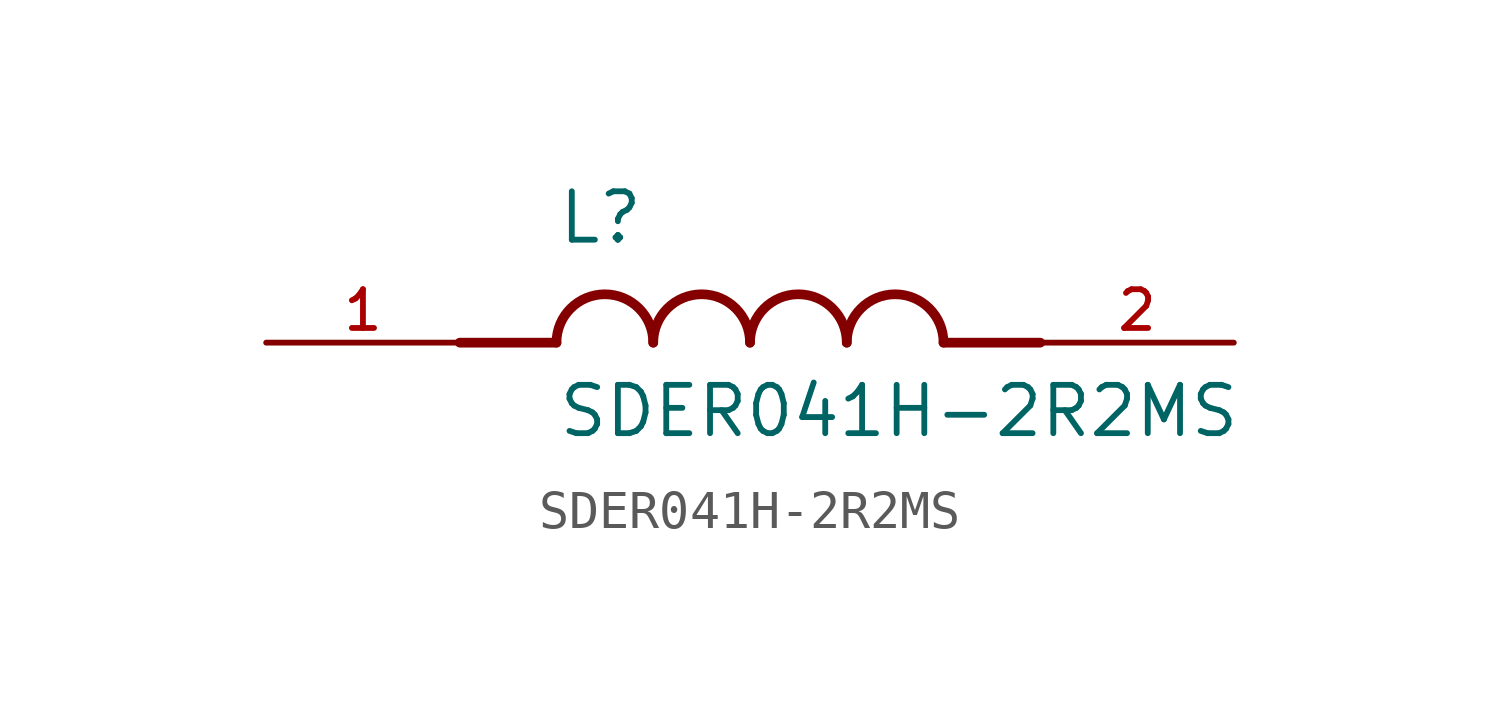
<source format=kicad_sym>
(kicad_symbol_lib
  (version 20211014)
  (generator kicad_symbol_editor)
  (symbol "SDER041H-2R2MS"
    (pin_names
      (offset 1.016))
    (property "Reference" "L"
      (at -5.08 2.54 0)
      (effects (font (size 1.27 1.27)) (justify bottom left)))
    (property "Value" "SDER041H-2R2MS"
      (at -5.08 -2.54 0)
      (effects (font (size 1.27 1.27)) (justify bottom left)))
    (symbol "SDER041H-2R2MS_0_0"
      (polyline (pts (xy -5.08 0.0) (xy -7.62 0.0)) (stroke (width 0.254)))
      (polyline (pts (xy 5.08 0.0) (xy 7.62 0.0)) (stroke (width 0.254)))
      (arc (start -2.54 0.0) (mid -3.81 1.27) (end -5.08 0.0) (stroke (width 0.254) (type default) (color 0 0 0 0)) (fill (type none)))
      (arc (start 0.0 0.0) (mid -1.27 1.27) (end -2.54 0.0) (stroke (width 0.254) (type default) (color 0 0 0 0)) (fill (type none)))
      (arc (start 2.54 0.0) (mid 1.27 1.27) (end 0.0 0.0) (stroke (width 0.254) (type default) (color 0 0 0 0)) (fill (type none)))
      (arc (start 5.08 0.0) (mid 3.81 1.27) (end 2.54 0.0) (stroke (width 0.254) (type default) (color 0 0 0 0)) (fill (type none)))
      (pin passive line (at -12.7 0.0 0) (length 5.08) (name "~" (effects (font (size 1.016 1.016)))) (number "1" (effects (font (size 1.016 1.016)))))
      (pin passive line (at 12.7 0.0 180.0) (length 5.08) (name "~" (effects (font (size 1.016 1.016)))) (number "2" (effects (font (size 1.016 1.016))))))))
</source>
